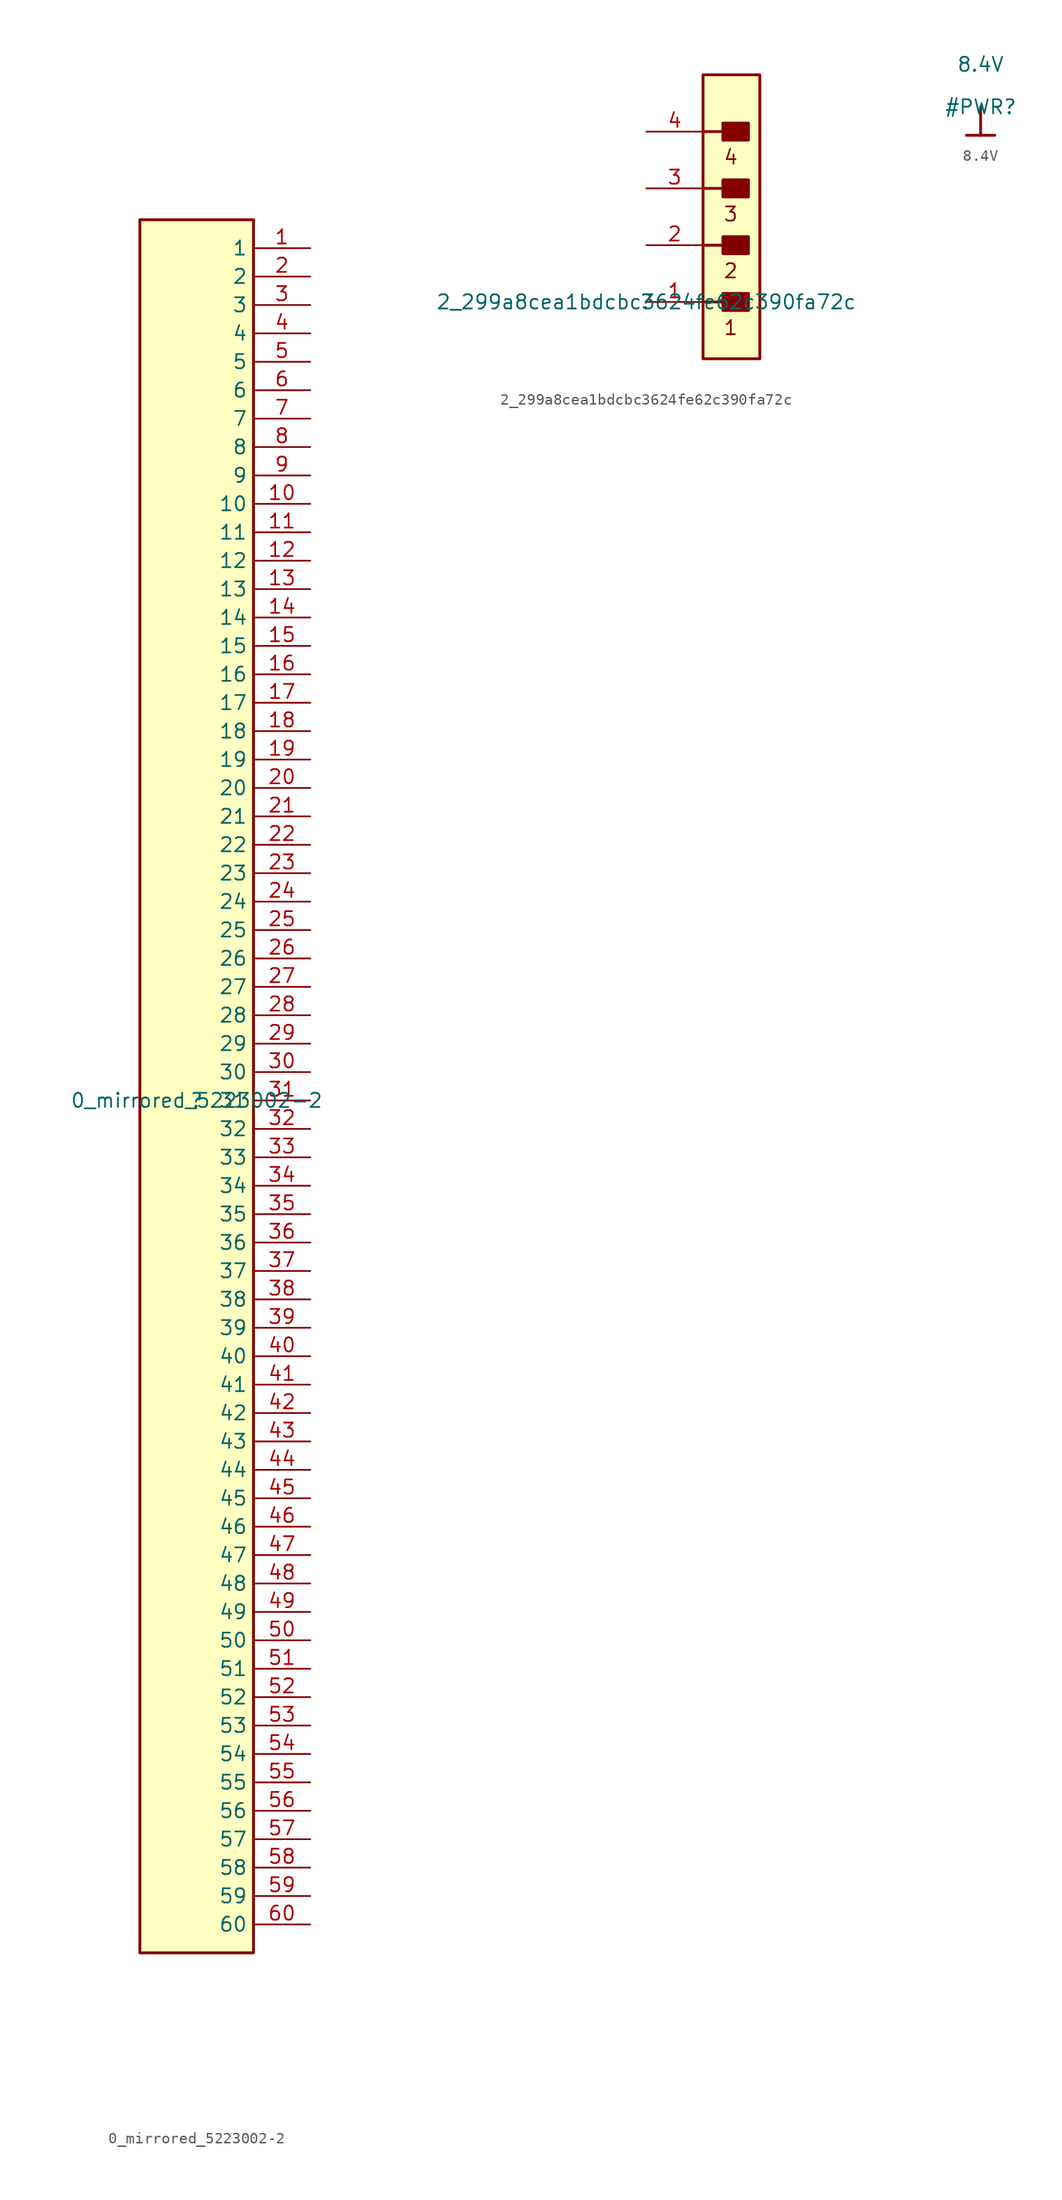
<source format=kicad_sym>
(kicad_symbol_lib
  (version 20211014)
  (generator kicad_symbol_editor)
  (symbol "0_mirrored_5223002-2"
    (property "Reference" ""
      (at 0 0 0)
      (effects (font (size 1.27 1.27))))
    (property "Value" "0_mirrored_5223002-2"
      (at 0 0 0)
      (effects (font (size 1.27 1.27))))
    (symbol "0_mirrored_5223002-2_1_0"
      (rectangle (start 5.08 78.74) (end -5.08 -76.2) (stroke (width 0.254) (type default) (color 0 0 0 0)) (fill (type background)))
      (pin passive line (at 10.16 76.2 180) (length 5.08) (name "1" (effects (font (size 1.27 1.27)))) (number "1" (effects (font (size 1.27 1.27)))))
      (pin passive line (at 10.16 53.34 180) (length 5.08) (name "10" (effects (font (size 1.27 1.27)))) (number "10" (effects (font (size 1.27 1.27)))))
      (pin passive line (at 10.16 50.8 180) (length 5.08) (name "11" (effects (font (size 1.27 1.27)))) (number "11" (effects (font (size 1.27 1.27)))))
      (pin passive line (at 10.16 48.26 180) (length 5.08) (name "12" (effects (font (size 1.27 1.27)))) (number "12" (effects (font (size 1.27 1.27)))))
      (pin passive line (at 10.16 45.72 180) (length 5.08) (name "13" (effects (font (size 1.27 1.27)))) (number "13" (effects (font (size 1.27 1.27)))))
      (pin passive line (at 10.16 43.18 180) (length 5.08) (name "14" (effects (font (size 1.27 1.27)))) (number "14" (effects (font (size 1.27 1.27)))))
      (pin passive line (at 10.16 40.64 180) (length 5.08) (name "15" (effects (font (size 1.27 1.27)))) (number "15" (effects (font (size 1.27 1.27)))))
      (pin passive line (at 10.16 38.1 180) (length 5.08) (name "16" (effects (font (size 1.27 1.27)))) (number "16" (effects (font (size 1.27 1.27)))))
      (pin passive line (at 10.16 35.56 180) (length 5.08) (name "17" (effects (font (size 1.27 1.27)))) (number "17" (effects (font (size 1.27 1.27)))))
      (pin passive line (at 10.16 33.02 180) (length 5.08) (name "18" (effects (font (size 1.27 1.27)))) (number "18" (effects (font (size 1.27 1.27)))))
      (pin passive line (at 10.16 30.48 180) (length 5.08) (name "19" (effects (font (size 1.27 1.27)))) (number "19" (effects (font (size 1.27 1.27)))))
      (pin passive line (at 10.16 73.66 180) (length 5.08) (name "2" (effects (font (size 1.27 1.27)))) (number "2" (effects (font (size 1.27 1.27)))))
      (pin passive line (at 10.16 27.94 180) (length 5.08) (name "20" (effects (font (size 1.27 1.27)))) (number "20" (effects (font (size 1.27 1.27)))))
      (pin passive line (at 10.16 25.4 180) (length 5.08) (name "21" (effects (font (size 1.27 1.27)))) (number "21" (effects (font (size 1.27 1.27)))))
      (pin passive line (at 10.16 22.86 180) (length 5.08) (name "22" (effects (font (size 1.27 1.27)))) (number "22" (effects (font (size 1.27 1.27)))))
      (pin passive line (at 10.16 20.32 180) (length 5.08) (name "23" (effects (font (size 1.27 1.27)))) (number "23" (effects (font (size 1.27 1.27)))))
      (pin passive line (at 10.16 17.78 180) (length 5.08) (name "24" (effects (font (size 1.27 1.27)))) (number "24" (effects (font (size 1.27 1.27)))))
      (pin passive line (at 10.16 15.24 180) (length 5.08) (name "25" (effects (font (size 1.27 1.27)))) (number "25" (effects (font (size 1.27 1.27)))))
      (pin passive line (at 10.16 12.7 180) (length 5.08) (name "26" (effects (font (size 1.27 1.27)))) (number "26" (effects (font (size 1.27 1.27)))))
      (pin passive line (at 10.16 10.16 180) (length 5.08) (name "27" (effects (font (size 1.27 1.27)))) (number "27" (effects (font (size 1.27 1.27)))))
      (pin passive line (at 10.16 7.62 180) (length 5.08) (name "28" (effects (font (size 1.27 1.27)))) (number "28" (effects (font (size 1.27 1.27)))))
      (pin passive line (at 10.16 5.08 180) (length 5.08) (name "29" (effects (font (size 1.27 1.27)))) (number "29" (effects (font (size 1.27 1.27)))))
      (pin passive line (at 10.16 71.12 180) (length 5.08) (name "3" (effects (font (size 1.27 1.27)))) (number "3" (effects (font (size 1.27 1.27)))))
      (pin passive line (at 10.16 2.54 180) (length 5.08) (name "30" (effects (font (size 1.27 1.27)))) (number "30" (effects (font (size 1.27 1.27)))))
      (pin passive line (at 10.16 0 180) (length 5.08) (name "31" (effects (font (size 1.27 1.27)))) (number "31" (effects (font (size 1.27 1.27)))))
      (pin passive line (at 10.16 -2.54 180) (length 5.08) (name "32" (effects (font (size 1.27 1.27)))) (number "32" (effects (font (size 1.27 1.27)))))
      (pin passive line (at 10.16 -5.08 180) (length 5.08) (name "33" (effects (font (size 1.27 1.27)))) (number "33" (effects (font (size 1.27 1.27)))))
      (pin passive line (at 10.16 -7.62 180) (length 5.08) (name "34" (effects (font (size 1.27 1.27)))) (number "34" (effects (font (size 1.27 1.27)))))
      (pin passive line (at 10.16 -10.16 180) (length 5.08) (name "35" (effects (font (size 1.27 1.27)))) (number "35" (effects (font (size 1.27 1.27)))))
      (pin passive line (at 10.16 -12.7 180) (length 5.08) (name "36" (effects (font (size 1.27 1.27)))) (number "36" (effects (font (size 1.27 1.27)))))
      (pin passive line (at 10.16 -15.24 180) (length 5.08) (name "37" (effects (font (size 1.27 1.27)))) (number "37" (effects (font (size 1.27 1.27)))))
      (pin passive line (at 10.16 -17.78 180) (length 5.08) (name "38" (effects (font (size 1.27 1.27)))) (number "38" (effects (font (size 1.27 1.27)))))
      (pin passive line (at 10.16 -20.32 180) (length 5.08) (name "39" (effects (font (size 1.27 1.27)))) (number "39" (effects (font (size 1.27 1.27)))))
      (pin passive line (at 10.16 68.58 180) (length 5.08) (name "4" (effects (font (size 1.27 1.27)))) (number "4" (effects (font (size 1.27 1.27)))))
      (pin passive line (at 10.16 -22.86 180) (length 5.08) (name "40" (effects (font (size 1.27 1.27)))) (number "40" (effects (font (size 1.27 1.27)))))
      (pin passive line (at 10.16 -25.4 180) (length 5.08) (name "41" (effects (font (size 1.27 1.27)))) (number "41" (effects (font (size 1.27 1.27)))))
      (pin passive line (at 10.16 -27.94 180) (length 5.08) (name "42" (effects (font (size 1.27 1.27)))) (number "42" (effects (font (size 1.27 1.27)))))
      (pin passive line (at 10.16 -30.48 180) (length 5.08) (name "43" (effects (font (size 1.27 1.27)))) (number "43" (effects (font (size 1.27 1.27)))))
      (pin passive line (at 10.16 -33.02 180) (length 5.08) (name "44" (effects (font (size 1.27 1.27)))) (number "44" (effects (font (size 1.27 1.27)))))
      (pin passive line (at 10.16 -35.56 180) (length 5.08) (name "45" (effects (font (size 1.27 1.27)))) (number "45" (effects (font (size 1.27 1.27)))))
      (pin passive line (at 10.16 -38.1 180) (length 5.08) (name "46" (effects (font (size 1.27 1.27)))) (number "46" (effects (font (size 1.27 1.27)))))
      (pin passive line (at 10.16 -40.64 180) (length 5.08) (name "47" (effects (font (size 1.27 1.27)))) (number "47" (effects (font (size 1.27 1.27)))))
      (pin passive line (at 10.16 -43.18 180) (length 5.08) (name "48" (effects (font (size 1.27 1.27)))) (number "48" (effects (font (size 1.27 1.27)))))
      (pin passive line (at 10.16 -45.72 180) (length 5.08) (name "49" (effects (font (size 1.27 1.27)))) (number "49" (effects (font (size 1.27 1.27)))))
      (pin passive line (at 10.16 66.04 180) (length 5.08) (name "5" (effects (font (size 1.27 1.27)))) (number "5" (effects (font (size 1.27 1.27)))))
      (pin passive line (at 10.16 -48.26 180) (length 5.08) (name "50" (effects (font (size 1.27 1.27)))) (number "50" (effects (font (size 1.27 1.27)))))
      (pin passive line (at 10.16 -50.8 180) (length 5.08) (name "51" (effects (font (size 1.27 1.27)))) (number "51" (effects (font (size 1.27 1.27)))))
      (pin passive line (at 10.16 -53.34 180) (length 5.08) (name "52" (effects (font (size 1.27 1.27)))) (number "52" (effects (font (size 1.27 1.27)))))
      (pin passive line (at 10.16 -55.88 180) (length 5.08) (name "53" (effects (font (size 1.27 1.27)))) (number "53" (effects (font (size 1.27 1.27)))))
      (pin passive line (at 10.16 -58.42 180) (length 5.08) (name "54" (effects (font (size 1.27 1.27)))) (number "54" (effects (font (size 1.27 1.27)))))
      (pin passive line (at 10.16 -60.96 180) (length 5.08) (name "55" (effects (font (size 1.27 1.27)))) (number "55" (effects (font (size 1.27 1.27)))))
      (pin passive line (at 10.16 -63.5 180) (length 5.08) (name "56" (effects (font (size 1.27 1.27)))) (number "56" (effects (font (size 1.27 1.27)))))
      (pin passive line (at 10.16 -66.04 180) (length 5.08) (name "57" (effects (font (size 1.27 1.27)))) (number "57" (effects (font (size 1.27 1.27)))))
      (pin passive line (at 10.16 -68.58 180) (length 5.08) (name "58" (effects (font (size 1.27 1.27)))) (number "58" (effects (font (size 1.27 1.27)))))
      (pin passive line (at 10.16 -71.12 180) (length 5.08) (name "59" (effects (font (size 1.27 1.27)))) (number "59" (effects (font (size 1.27 1.27)))))
      (pin passive line (at 10.16 63.5 180) (length 5.08) (name "6" (effects (font (size 1.27 1.27)))) (number "6" (effects (font (size 1.27 1.27)))))
      (pin passive line (at 10.16 -73.66 180) (length 5.08) (name "60" (effects (font (size 1.27 1.27)))) (number "60" (effects (font (size 1.27 1.27)))))
      (pin passive line (at 10.16 60.96 180) (length 5.08) (name "7" (effects (font (size 1.27 1.27)))) (number "7" (effects (font (size 1.27 1.27)))))
      (pin passive line (at 10.16 58.42 180) (length 5.08) (name "8" (effects (font (size 1.27 1.27)))) (number "8" (effects (font (size 1.27 1.27)))))
      (pin passive line (at 10.16 55.88 180) (length 5.08) (name "9" (effects (font (size 1.27 1.27)))) (number "9" (effects (font (size 1.27 1.27)))))))
  (symbol "2_299a8cea1bdcbc3624fe62c390fa72c"
    (property "Reference" ""
      (at 0 0 0)
      (effects (font (size 1.27 1.27))))
    (property "Value" "2_299a8cea1bdcbc3624fe62c390fa72c"
      (at 0 0 0)
      (effects (font (size 1.27 1.27))))
    (symbol "2_299a8cea1bdcbc3624fe62c390fa72c_1_0"
      (polyline (pts (xy 6.858 0) (xy 5.08 0)) (stroke (width 0.254) (type default) (color 0 0 0 0)) (fill (type none)))
      (polyline (pts (xy 6.858 5.08) (xy 5.08 5.08)) (stroke (width 0.254) (type default) (color 0 0 0 0)) (fill (type none)))
      (polyline (pts (xy 6.858 10.16) (xy 5.08 10.16)) (stroke (width 0.254) (type default) (color 0 0 0 0)) (fill (type none)))
      (polyline (pts (xy 6.858 15.24) (xy 5.08 15.24)) (stroke (width 0.254) (type default) (color 0 0 0 0)) (fill (type none)))
      (rectangle (start 9.144 0.762) (end 6.858 -0.762) (stroke (width 0.254) (type default) (color 0 0 0 0)) (fill (type outline)))
      (rectangle (start 9.144 5.842) (end 6.858 4.318) (stroke (width 0.254) (type default) (color 0 0 0 0)) (fill (type outline)))
      (rectangle (start 9.144 10.922) (end 6.858 9.398) (stroke (width 0.254) (type default) (color 0 0 0 0)) (fill (type outline)))
      (rectangle (start 9.144 16.002) (end 6.858 14.478) (stroke (width 0.254) (type default) (color 0 0 0 0)) (fill (type outline)))
      (rectangle (start 10.16 20.32) (end 5.08 -5.08) (stroke (width 0.254) (type default) (color 0 0 0 0)) (fill (type background)))
      (text "1" (at 6.858 -3.048 0) (effects (font (size 1.27 1.27)) (justify left bottom)))
      (text "2" (at 6.858 2.032 0) (effects (font (size 1.27 1.27)) (justify left bottom)))
      (text "3" (at 6.858 7.112 0) (effects (font (size 1.27 1.27)) (justify left bottom)))
      (text "4" (at 6.858 12.192 0) (effects (font (size 1.27 1.27)) (justify left bottom)))
      (pin passive line (at 0 0 0) (length 5.08) (name "1" (effects (font (size 0 0)))) (number "1" (effects (font (size 1.27 1.27)))))
      (pin passive line (at 0 5.08 0) (length 5.08) (name "2" (effects (font (size 0 0)))) (number "2" (effects (font (size 1.27 1.27)))))
      (pin passive line (at 0 10.16 0) (length 5.08) (name "3" (effects (font (size 0 0)))) (number "3" (effects (font (size 1.27 1.27)))))
      (pin passive line (at 0 15.24 0) (length 5.08) (name "4" (effects (font (size 0 0)))) (number "4" (effects (font (size 1.27 1.27)))))))
  (symbol "8.4V"
    (power)
    (property "Reference" "#PWR"
      (at 0 0 0)
      (effects (font (size 1.27 1.27))))
    (property "Value" "8.4V"
      (at 0 3.81 0)
      (effects (font (size 1.27 1.27))))
    (symbol "8.4V_0_0"
      (polyline (pts (xy -1.27 -2.54) (xy 1.27 -2.54)) (stroke (width 0.254) (type default) (color 0 0 0 0)) (fill (type none)))
      (polyline (pts (xy 0 0) (xy 0 -2.54)) (stroke (width 0.254) (type default) (color 0 0 0 0)) (fill (type none)))
      (pin power_in line (at 0 0 0) (length 0) hide (name "8.4V" (effects (font (size 1.27 1.27)))) (number "" (effects (font (size 1.27 1.27))))))))
</source>
